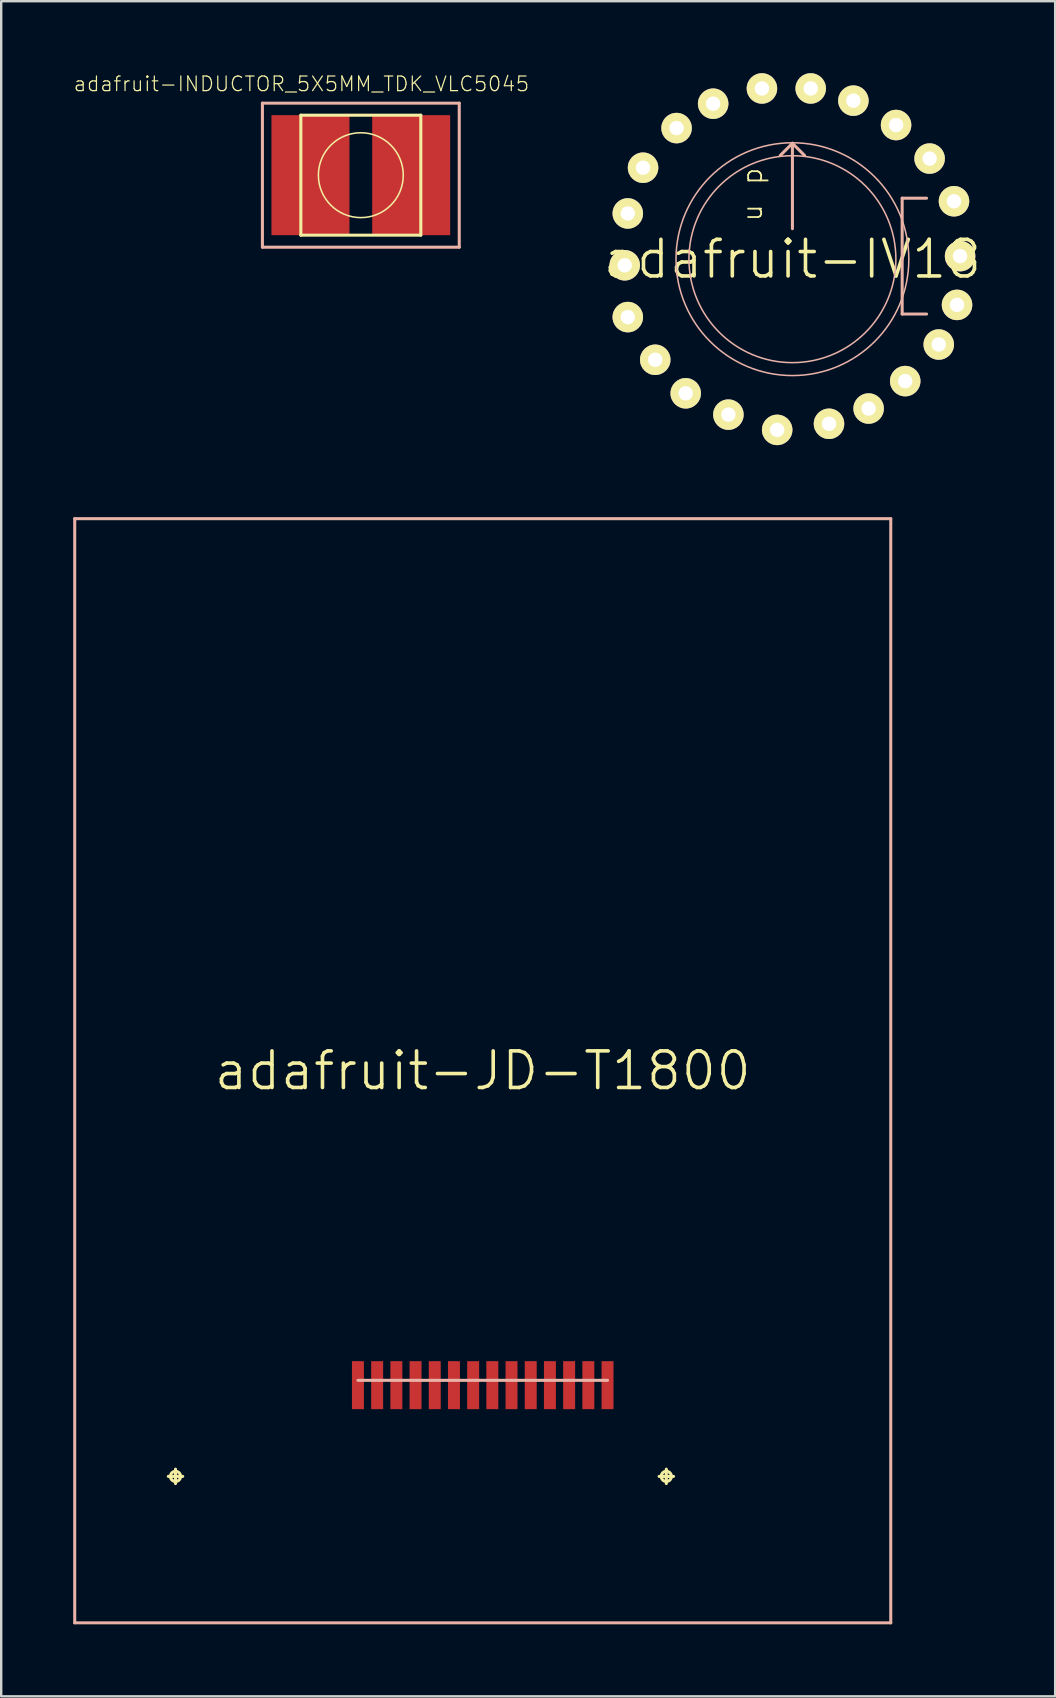
<source format=kicad_pcb>
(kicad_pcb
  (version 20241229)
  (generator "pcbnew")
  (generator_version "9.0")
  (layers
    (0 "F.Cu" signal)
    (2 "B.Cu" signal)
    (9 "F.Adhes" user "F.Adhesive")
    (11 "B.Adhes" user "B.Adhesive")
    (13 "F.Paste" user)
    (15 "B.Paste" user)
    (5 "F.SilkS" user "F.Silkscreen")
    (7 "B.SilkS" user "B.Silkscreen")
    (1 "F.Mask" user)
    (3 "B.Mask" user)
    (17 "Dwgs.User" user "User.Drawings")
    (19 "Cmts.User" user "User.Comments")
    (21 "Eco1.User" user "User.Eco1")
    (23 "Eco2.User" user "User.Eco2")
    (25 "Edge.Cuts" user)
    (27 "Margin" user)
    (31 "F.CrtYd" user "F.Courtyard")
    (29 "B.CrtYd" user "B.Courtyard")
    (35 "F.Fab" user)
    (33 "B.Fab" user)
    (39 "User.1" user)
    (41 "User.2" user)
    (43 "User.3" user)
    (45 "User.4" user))
  (footprint "adafruit-INDUCTOR_5X5MM_TDK_VLC5045"
    (layer "F.Cu")
    (at 11.982 4.248)
    (property "Reference" "adafruit-INDUCTOR_5X5MM_TDK_VLC5045" (at -2.474 -3.802 0) (layer "F.SilkS") (effects (font (size 0.61 0.61) (thickness 0.051))))
    (attr smd)
    (fp_line (start -2.499 -2.499) (end 2.499 -2.499) (stroke (width 0.127) (type solid)) (layer "F.SilkS"))
    (fp_line (start -2.499 2.499) (end -2.499 -2.499) (stroke (width 0.127) (type solid)) (layer "F.SilkS"))
    (fp_line (start 2.499 -2.499) (end 2.499 2.499) (stroke (width 0.127) (type solid)) (layer "F.SilkS"))
    (fp_line (start 2.499 2.499) (end -2.499 2.499) (stroke (width 0.127) (type solid)) (layer "F.SilkS"))
    (fp_circle (center 0 0) (end -1.25 1.25) (stroke (width 0.064) (type solid)) (fill no) (layer "F.SilkS"))
    (fp_line (start -4.1 -3) (end 4.1 -3) (stroke (width 0.127) (type solid)) (layer "B.SilkS"))
    (fp_line (start -4.1 3) (end -4.1 -3) (stroke (width 0.127) (type solid)) (layer "B.SilkS"))
    (fp_line (start 4.1 -3) (end 4.1 3) (stroke (width 0.127) (type solid)) (layer "B.SilkS"))
    (fp_line (start 4.1 3) (end -4.1 3) (stroke (width 0.127) (type solid)) (layer "B.SilkS"))
    (pad "P$1" smd rect (at -2.098 0) (size 3.249 4.999) (layers "F.Cu" "F.Mask" "F.Paste"))
    (pad "P$2" smd rect (at 2.098 0) (size 3.249 4.999) (layers "F.Cu" "F.Mask" "F.Paste")))
  (footprint "adafruit-JD-T1800"
    (layer "F.Cu")
    (at 17.061 41.557)
    (property "Reference" "adafruit-JD-T1800" (at 0 0 0) (layer "F.SilkS") (effects (font (size 1.524 1.524) (thickness 0.15))))
    (attr smd)
    (fp_line (start -13.099 16.899) (end -12.499 16.899) (stroke (width 0.127) (type solid)) (layer "F.SilkS"))
    (fp_line (start -12.799 17.198) (end -12.799 16.599) (stroke (width 0.127) (type solid)) (layer "F.SilkS"))
    (fp_line (start 7.348 16.899) (end 7.948 16.899) (stroke (width 0.127) (type solid)) (layer "F.SilkS"))
    (fp_line (start 7.648 17.198) (end 7.648 16.599) (stroke (width 0.127) (type solid)) (layer "F.SilkS"))
    (fp_circle (center -12.799 16.899) (end -12.949 17.048) (stroke (width 0.127) (type solid)) (fill no) (layer "F.SilkS"))
    (fp_circle (center 7.648 16.899) (end 7.798 17.048) (stroke (width 0.127) (type solid)) (fill no) (layer "F.SilkS"))
    (fp_line (start -16.998 -23) (end 16.998 -23) (stroke (width 0.127) (type solid)) (layer "B.SilkS"))
    (fp_line (start -16.998 23) (end -16.998 -23) (stroke (width 0.127) (type solid)) (layer "B.SilkS"))
    (fp_line (start -5.199 12.898) (end 5.199 12.898) (stroke (width 0.127) (type solid)) (layer "B.SilkS"))
    (fp_line (start 16.998 -23) (end 16.998 23) (stroke (width 0.127) (type solid)) (layer "B.SilkS"))
    (fp_line (start 16.998 23) (end -16.998 23) (stroke (width 0.127) (type solid)) (layer "B.SilkS"))
    (pad "1" smd rect (at 5.199 13.099 90) (size 1.999 0.498) (layers "F.Cu" "F.Mask" "F.Paste"))
    (pad "2" smd rect (at 4.399 13.099 90) (size 1.999 0.498) (layers "F.Cu" "F.Mask" "F.Paste"))
    (pad "3" smd rect (at 3.599 13.099 90) (size 1.999 0.498) (layers "F.Cu" "F.Mask" "F.Paste"))
    (pad "4" smd rect (at 2.799 13.099 90) (size 1.999 0.498) (layers "F.Cu" "F.Mask" "F.Paste"))
    (pad "5" smd rect (at 1.999 13.099 90) (size 1.999 0.498) (layers "F.Cu" "F.Mask" "F.Paste"))
    (pad "6" smd rect (at 1.199 13.099 90) (size 1.999 0.498) (layers "F.Cu" "F.Mask" "F.Paste"))
    (pad "7" smd rect (at 0.399 13.099 90) (size 1.999 0.498) (layers "F.Cu" "F.Mask" "F.Paste"))
    (pad "8" smd rect (at -0.399 13.099 90) (size 1.999 0.498) (layers "F.Cu" "F.Mask" "F.Paste"))
    (pad "9" smd rect (at -1.199 13.099 90) (size 1.999 0.498) (layers "F.Cu" "F.Mask" "F.Paste"))
    (pad "10" smd rect (at -1.999 13.099 90) (size 1.999 0.498) (layers "F.Cu" "F.Mask" "F.Paste"))
    (pad "11" smd rect (at -2.799 13.099 90) (size 1.999 0.498) (layers "F.Cu" "F.Mask" "F.Paste"))
    (pad "12" smd rect (at -3.599 13.099 90) (size 1.999 0.498) (layers "F.Cu" "F.Mask" "F.Paste"))
    (pad "13" smd rect (at -4.399 13.099 90) (size 1.999 0.498) (layers "F.Cu" "F.Mask" "F.Paste"))
    (pad "14" smd rect (at -5.199 13.099 90) (size 1.999 0.498) (layers "F.Cu" "F.Mask" "F.Paste")))
  (footprint "adafruit-IV18"
    (layer "F.Cu")
    (at 29.962 7.747)
    (property "Reference" "adafruit-IV18" (at 0 0 0) (layer "F.SilkS") (effects (font (size 1.524 1.524) (thickness 0.15))))
    (attr exclude_from_pos_files exclude_from_bom)
    (fp_line (start 0 -4.826) (end -0.508 -4.318) (stroke (width 0.127) (type solid)) (layer "B.SilkS"))
    (fp_line (start 0 -4.826) (end 0.508 -4.318) (stroke (width 0.127) (type solid)) (layer "B.SilkS"))
    (fp_line (start 0 -1.27) (end 0 -4.826) (stroke (width 0.127) (type solid)) (layer "B.SilkS"))
    (fp_line (start 4.572 -2.54) (end 4.572 2.286) (stroke (width 0.127) (type solid)) (layer "B.SilkS"))
    (fp_line (start 4.572 2.286) (end 5.588 2.286) (stroke (width 0.127) (type solid)) (layer "B.SilkS"))
    (fp_line (start 5.588 -2.54) (end 4.572 -2.54) (stroke (width 0.127) (type solid)) (layer "B.SilkS"))
    (fp_circle (center 0 0) (end -3.429 3.429) (stroke (width 0.064) (type solid)) (fill no) (layer "B.SilkS"))
    (fp_circle (center 0 0) (end -3.048 3.048) (stroke (width 0.064) (type solid)) (fill no) (layer "B.SilkS"))
    (fp_text user "u" (at -1.676 -1.93 90) (layer "F.SilkS") (effects (font (size 0.813 0.813) (thickness 0.076))))
    (fp_text user "p" (at -1.676 -3.454 90) (layer "F.SilkS") (effects (font (size 0.813 0.813) (thickness 0.076))))
    (pad "1" thru_hole circle (at -0.635 7.112) (size 1.27 1.27) (drill 0.599) (layers "*.Cu" "F.Mask" "F.SilkS" "F.Paste"))
    (pad "2" thru_hole circle (at 1.524 6.858) (size 1.27 1.27) (drill 0.599) (layers "*.Cu" "F.Mask" "F.SilkS" "F.Paste"))
    (pad "3" thru_hole circle (at 3.175 6.223) (size 1.27 1.27) (drill 0.599) (layers "*.Cu" "F.Mask" "F.SilkS" "F.Paste"))
    (pad "4" thru_hole circle (at 4.699 5.08) (size 1.27 1.27) (drill 0.599) (layers "*.Cu" "F.Mask" "F.SilkS" "F.Paste"))
    (pad "5" thru_hole circle (at 6.096 3.556) (size 1.27 1.27) (drill 0.599) (layers "*.Cu" "F.Mask" "F.SilkS" "F.Paste"))
    (pad "6" thru_hole circle (at 6.858 1.905) (size 1.27 1.27) (drill 0.599) (layers "*.Cu" "F.Mask" "F.SilkS" "F.Paste"))
    (pad "7" thru_hole circle (at 6.985 -0.127) (size 1.27 1.27) (drill 0.599) (layers "*.Cu" "F.Mask" "F.SilkS" "F.Paste"))
    (pad "8" thru_hole circle (at 6.731 -2.413) (size 1.27 1.27) (drill 0.599) (layers "*.Cu" "F.Mask" "F.SilkS" "F.Paste"))
    (pad "9" thru_hole circle (at 5.715 -4.191) (size 1.27 1.27) (drill 0.599) (layers "*.Cu" "F.Mask" "F.SilkS" "F.Paste"))
    (pad "10" thru_hole circle (at 4.318 -5.588) (size 1.27 1.27) (drill 0.599) (layers "*.Cu" "F.Mask" "F.SilkS" "F.Paste"))
    (pad "11" thru_hole circle (at 2.54 -6.604) (size 1.27 1.27) (drill 0.599) (layers "*.Cu" "F.Mask" "F.SilkS" "F.Paste"))
    (pad "12" thru_hole circle (at 0.762 -7.112) (size 1.27 1.27) (drill 0.599) (layers "*.Cu" "F.Mask" "F.SilkS" "F.Paste"))
    (pad "13" thru_hole circle (at -1.27 -7.112) (size 1.27 1.27) (drill 0.599) (layers "*.Cu" "F.Mask" "F.SilkS" "F.Paste"))
    (pad "14" thru_hole circle (at -3.302 -6.477) (size 1.27 1.27) (drill 0.599) (layers "*.Cu" "F.Mask" "F.SilkS" "F.Paste"))
    (pad "15" thru_hole circle (at -4.826 -5.461) (size 1.27 1.27) (drill 0.599) (layers "*.Cu" "F.Mask" "F.SilkS" "F.Paste"))
    (pad "16" thru_hole circle (at -6.223 -3.81) (size 1.27 1.27) (drill 0.599) (layers "*.Cu" "F.Mask" "F.SilkS" "F.Paste"))
    (pad "17" thru_hole circle (at -6.858 -1.905) (size 1.27 1.27) (drill 0.599) (layers "*.Cu" "F.Mask" "F.SilkS" "F.Paste"))
    (pad "18" thru_hole circle (at -6.985 0.254) (size 1.27 1.27) (drill 0.599) (layers "*.Cu" "F.Mask" "F.SilkS" "F.Paste"))
    (pad "19" thru_hole circle (at -6.858 2.413) (size 1.27 1.27) (drill 0.599) (layers "*.Cu" "F.Mask" "F.SilkS" "F.Paste"))
    (pad "20" thru_hole circle (at -5.715 4.191) (size 1.27 1.27) (drill 0.599) (layers "*.Cu" "F.Mask" "F.SilkS" "F.Paste"))
    (pad "21" thru_hole circle (at -4.445 5.588) (size 1.27 1.27) (drill 0.599) (layers "*.Cu" "F.Mask" "F.SilkS" "F.Paste"))
    (pad "22" thru_hole circle (at -2.667 6.477) (size 1.27 1.27) (drill 0.599) (layers "*.Cu" "F.Mask" "F.SilkS" "F.Paste")))
  (gr_rect
    (start -3 -3)
    (end 40.908 67.62)
    (stroke (width 0.1) (type default))
    (fill no)
    (layer "Edge.Cuts")))
</source>
